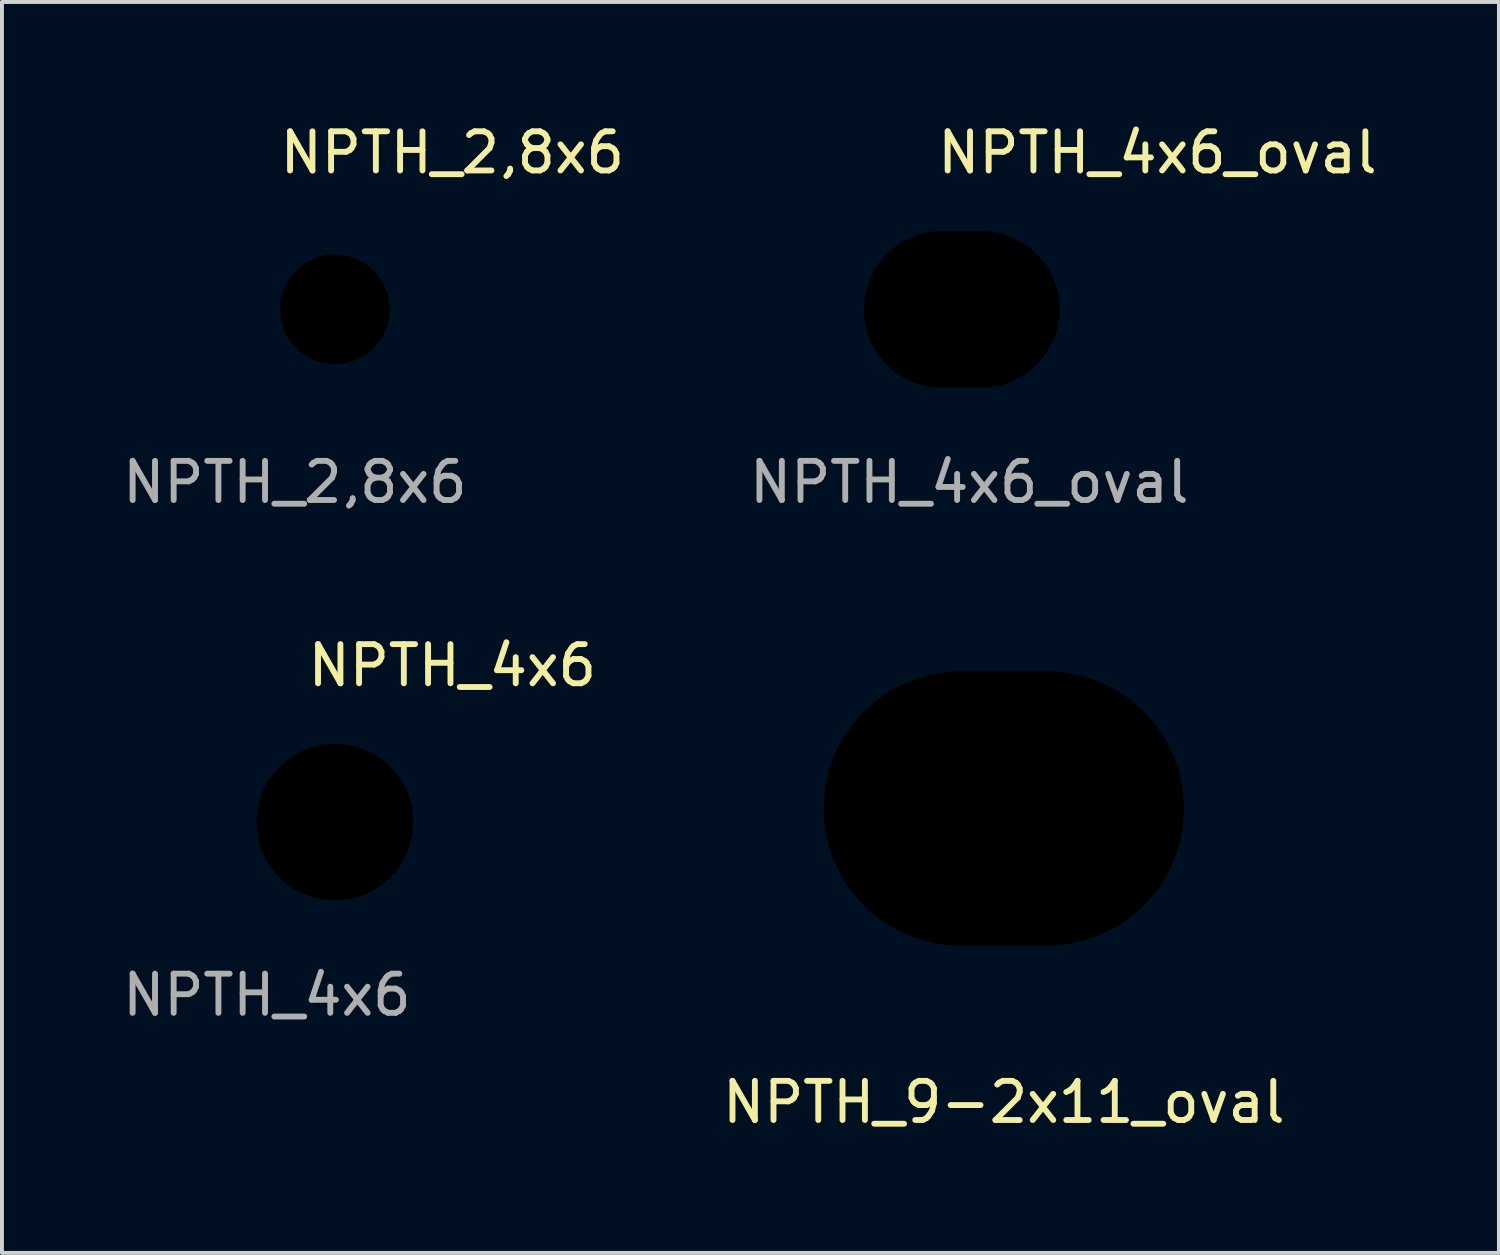
<source format=kicad_pcb>
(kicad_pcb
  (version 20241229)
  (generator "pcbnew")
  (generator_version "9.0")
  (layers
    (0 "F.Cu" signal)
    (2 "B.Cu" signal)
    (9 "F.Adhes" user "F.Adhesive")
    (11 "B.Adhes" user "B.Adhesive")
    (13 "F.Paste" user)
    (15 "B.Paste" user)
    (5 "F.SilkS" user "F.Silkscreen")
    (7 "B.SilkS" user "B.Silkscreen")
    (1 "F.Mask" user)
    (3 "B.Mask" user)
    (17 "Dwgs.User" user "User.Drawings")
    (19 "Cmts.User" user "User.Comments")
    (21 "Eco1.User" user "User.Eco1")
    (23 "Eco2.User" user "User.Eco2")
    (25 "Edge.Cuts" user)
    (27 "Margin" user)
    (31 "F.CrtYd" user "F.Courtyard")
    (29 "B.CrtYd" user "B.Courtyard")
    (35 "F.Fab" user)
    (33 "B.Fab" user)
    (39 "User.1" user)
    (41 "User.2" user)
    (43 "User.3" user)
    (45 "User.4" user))
  (footprint "NPTH_4x6"
    (layer "F.Cu")
    (at 5.5 17.943)
    (property "Reference" "NPTH_4x6" (at 3 -4 0) (layer "F.SilkS") (effects (font (size 1 1) (thickness 0.15))))
    (attr through_hole)
    (fp_text user "${REFERENCE}" (at -5.5 5 0) (unlocked yes) (layer "F.Fab") (effects (font (size 1 1) (thickness 0.15)) (justify left bottom)))
    (pad "" np_thru_hole circle (at 0 0) (size 6 6) (drill 4) (layers "*.Mask")))
  (footprint "NPTH_2,8x6"
    (layer "F.Cu")
    (at 5.5 4.848)
    (property "Reference" "NPTH_2,8x6" (at 3 -4 0) (layer "F.SilkS") (effects (font (size 1 1) (thickness 0.15))))
    (attr through_hole)
    (fp_text user "${REFERENCE}" (at -5.5 5 0) (unlocked yes) (layer "F.Fab") (effects (font (size 1 1) (thickness 0.15)) (justify left bottom)))
    (pad "" np_thru_hole circle (at 0 0) (size 6 6) (drill 2.8) (layers "*.Mask")))
  (footprint "NPTH_9-2x11_oval"
    (layer "F.Cu")
    (at 22.583 17.595)
    (property "Reference" "NPTH_9-2x11_oval" (at 0 7.5 0) (layer "F.SilkS") (effects (font (size 1 1) (thickness 0.15))))
    (attr through_hole)
    (pad "" np_thru_hole oval (at 0 0) (size 11.2 9) (drill oval 9.2 7) (layers "*.Mask")))
  (footprint "NPTH_4x6_oval"
    (layer "F.Cu")
    (at 21.506 4.848)
    (property "Reference" "NPTH_4x6_oval" (at 5 -4 0) (layer "F.SilkS") (effects (font (size 1 1) (thickness 0.15))))
    (attr through_hole)
    (fp_text user "${REFERENCE}" (at -5.5 5 0) (unlocked yes) (layer "F.Fab") (effects (font (size 1 1) (thickness 0.15)) (justify left bottom)))
    (pad "" np_thru_hole oval (at 0 0) (size 7 6) (drill oval 5 4) (layers "*.Mask")))
  (gr_rect
    (start -3 -3)
    (end 35.226 28.943)
    (stroke (width 0.1) (type default))
    (fill no)
    (layer "Edge.Cuts")))
</source>
